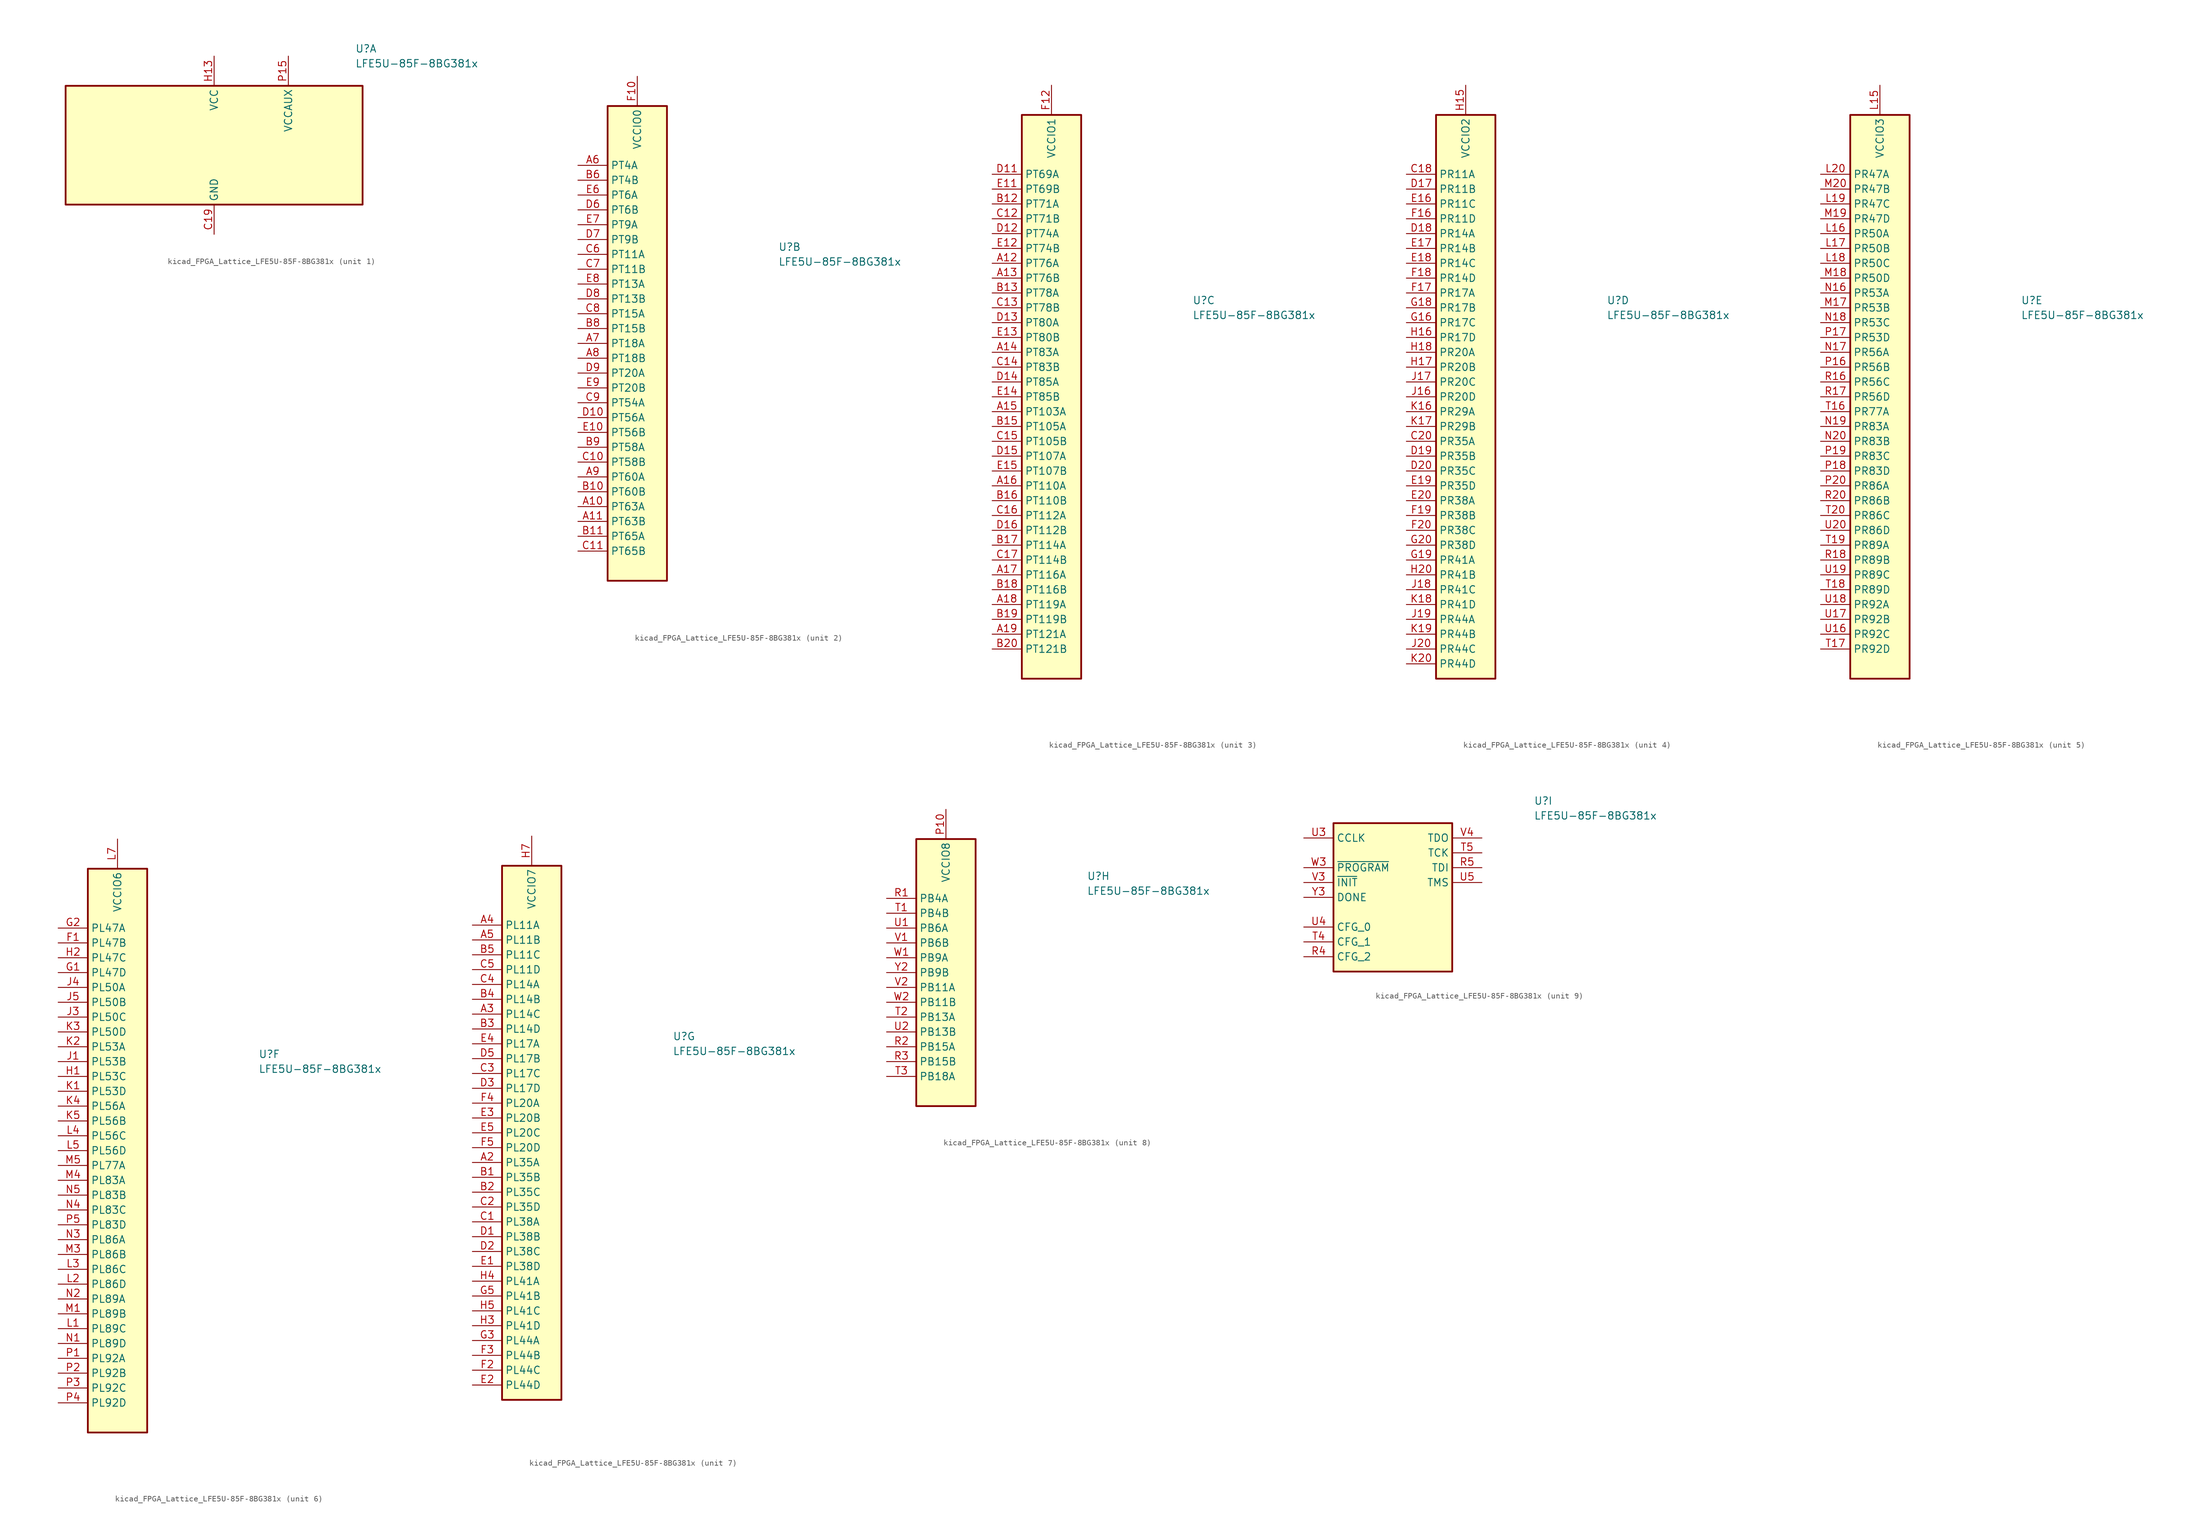
<source format=kicad_sym>
(kicad_symbol_lib
  (version 20220914)
  (generator kicad_symbol_editor)
  (symbol "kicad_FPGA_Lattice_LFE5U-85F-8BG381x"
    (property "Reference" "U"
      (at 24.13 16.51 0)
      (effects (font (size 1.27 1.27)) (justify left)))
    (property "Value" "LFE5U-85F-8BG381x"
      (at 24.13 13.97 0)
      (effects (font (size 1.27 1.27)) (justify left)))
    (property "ki_locked" ""
      (at 0 0 0)
      (effects (font (size 1.27 1.27))))
    (symbol "kicad_FPGA_Lattice_LFE5U-85F-8BG381x_1_1"
      (rectangle (start -25.4 10.16) (end 25.4 -10.16) (stroke (width 0.305) (type default)) (fill (type background)))
      (pin passive line (at 0 -15.24 90) (length 5.08) hide (name "GND" (effects (font (size 1.27 1.27)))) (number "B14" (effects (font (size 1.27 1.27)))))
      (pin passive line (at 0 -15.24 90) (length 5.08) hide (name "GND" (effects (font (size 1.27 1.27)))) (number "B7" (effects (font (size 1.27 1.27)))))
      (pin power_in line (at 0 -15.24 90) (length 5.08) (name "GND" (effects (font (size 1.27 1.27)))) (number "C19" (effects (font (size 1.27 1.27)))))
      (pin passive line (at 0 -15.24 90) (length 5.08) hide (name "GND" (effects (font (size 1.27 1.27)))) (number "D4" (effects (font (size 1.27 1.27)))))
      (pin passive line (at 0 -15.24 90) (length 5.08) hide (name "GND" (effects (font (size 1.27 1.27)))) (number "F13" (effects (font (size 1.27 1.27)))))
      (pin passive line (at 0 -15.24 90) (length 5.08) hide (name "GND" (effects (font (size 1.27 1.27)))) (number "F14" (effects (font (size 1.27 1.27)))))
      (pin passive line (at 12.7 15.24 270) (length 5.08) hide (name "VCCAUX" (effects (font (size 1.27 1.27)))) (number "F15" (effects (font (size 1.27 1.27)))))
      (pin passive line (at 12.7 15.24 270) (length 5.08) hide (name "VCCAUX" (effects (font (size 1.27 1.27)))) (number "F6" (effects (font (size 1.27 1.27)))))
      (pin passive line (at 0 -15.24 90) (length 5.08) hide (name "GND" (effects (font (size 1.27 1.27)))) (number "F7" (effects (font (size 1.27 1.27)))))
      (pin passive line (at 0 -15.24 90) (length 5.08) hide (name "GND" (effects (font (size 1.27 1.27)))) (number "F8" (effects (font (size 1.27 1.27)))))
      (pin passive line (at 0 -15.24 90) (length 5.08) hide (name "GND" (effects (font (size 1.27 1.27)))) (number "G10" (effects (font (size 1.27 1.27)))))
      (pin passive line (at 0 -15.24 90) (length 5.08) hide (name "GND" (effects (font (size 1.27 1.27)))) (number "G11" (effects (font (size 1.27 1.27)))))
      (pin passive line (at 0 -15.24 90) (length 5.08) hide (name "GND" (effects (font (size 1.27 1.27)))) (number "G12" (effects (font (size 1.27 1.27)))))
      (pin passive line (at 0 -15.24 90) (length 5.08) hide (name "GND" (effects (font (size 1.27 1.27)))) (number "G13" (effects (font (size 1.27 1.27)))))
      (pin passive line (at 0 -15.24 90) (length 5.08) hide (name "GND" (effects (font (size 1.27 1.27)))) (number "G14" (effects (font (size 1.27 1.27)))))
      (pin passive line (at 0 -15.24 90) (length 5.08) hide (name "GND" (effects (font (size 1.27 1.27)))) (number "G15" (effects (font (size 1.27 1.27)))))
      (pin passive line (at 0 -15.24 90) (length 5.08) hide (name "GND" (effects (font (size 1.27 1.27)))) (number "G17" (effects (font (size 1.27 1.27)))))
      (pin passive line (at 0 -15.24 90) (length 5.08) hide (name "GND" (effects (font (size 1.27 1.27)))) (number "G4" (effects (font (size 1.27 1.27)))))
      (pin passive line (at 0 -15.24 90) (length 5.08) hide (name "GND" (effects (font (size 1.27 1.27)))) (number "G6" (effects (font (size 1.27 1.27)))))
      (pin passive line (at 0 -15.24 90) (length 5.08) hide (name "GND" (effects (font (size 1.27 1.27)))) (number "G7" (effects (font (size 1.27 1.27)))))
      (pin passive line (at 0 -15.24 90) (length 5.08) hide (name "GND" (effects (font (size 1.27 1.27)))) (number "G8" (effects (font (size 1.27 1.27)))))
      (pin passive line (at 0 -15.24 90) (length 5.08) hide (name "GND" (effects (font (size 1.27 1.27)))) (number "G9" (effects (font (size 1.27 1.27)))))
      (pin passive line (at 0 15.24 270) (length 5.08) hide (name "VCC" (effects (font (size 1.27 1.27)))) (number "H10" (effects (font (size 1.27 1.27)))))
      (pin passive line (at 0 15.24 270) (length 5.08) hide (name "VCC" (effects (font (size 1.27 1.27)))) (number "H11" (effects (font (size 1.27 1.27)))))
      (pin passive line (at 0 15.24 270) (length 5.08) hide (name "VCC" (effects (font (size 1.27 1.27)))) (number "H12" (effects (font (size 1.27 1.27)))))
      (pin power_in line (at 0 15.24 270) (length 5.08) (name "VCC" (effects (font (size 1.27 1.27)))) (number "H13" (effects (font (size 1.27 1.27)))))
      (pin passive line (at 0 -15.24 90) (length 5.08) hide (name "GND" (effects (font (size 1.27 1.27)))) (number "H19" (effects (font (size 1.27 1.27)))))
      (pin passive line (at 0 15.24 270) (length 5.08) hide (name "VCC" (effects (font (size 1.27 1.27)))) (number "H8" (effects (font (size 1.27 1.27)))))
      (pin passive line (at 0 15.24 270) (length 5.08) hide (name "VCC" (effects (font (size 1.27 1.27)))) (number "H9" (effects (font (size 1.27 1.27)))))
      (pin passive line (at 0 -15.24 90) (length 5.08) hide (name "GND" (effects (font (size 1.27 1.27)))) (number "J10" (effects (font (size 1.27 1.27)))))
      (pin passive line (at 0 -15.24 90) (length 5.08) hide (name "GND" (effects (font (size 1.27 1.27)))) (number "J11" (effects (font (size 1.27 1.27)))))
      (pin passive line (at 0 -15.24 90) (length 5.08) hide (name "GND" (effects (font (size 1.27 1.27)))) (number "J12" (effects (font (size 1.27 1.27)))))
      (pin passive line (at 0 15.24 270) (length 5.08) hide (name "VCC" (effects (font (size 1.27 1.27)))) (number "J13" (effects (font (size 1.27 1.27)))))
      (pin passive line (at 0 -15.24 90) (length 5.08) hide (name "GND" (effects (font (size 1.27 1.27)))) (number "J14" (effects (font (size 1.27 1.27)))))
      (pin passive line (at 0 -15.24 90) (length 5.08) hide (name "GND" (effects (font (size 1.27 1.27)))) (number "J2" (effects (font (size 1.27 1.27)))))
      (pin passive line (at 0 -15.24 90) (length 5.08) hide (name "GND" (effects (font (size 1.27 1.27)))) (number "J7" (effects (font (size 1.27 1.27)))))
      (pin passive line (at 0 15.24 270) (length 5.08) hide (name "VCC" (effects (font (size 1.27 1.27)))) (number "J8" (effects (font (size 1.27 1.27)))))
      (pin passive line (at 0 -15.24 90) (length 5.08) hide (name "GND" (effects (font (size 1.27 1.27)))) (number "J9" (effects (font (size 1.27 1.27)))))
      (pin passive line (at 0 -15.24 90) (length 5.08) hide (name "GND" (effects (font (size 1.27 1.27)))) (number "K10" (effects (font (size 1.27 1.27)))))
      (pin passive line (at 0 -15.24 90) (length 5.08) hide (name "GND" (effects (font (size 1.27 1.27)))) (number "K11" (effects (font (size 1.27 1.27)))))
      (pin passive line (at 0 -15.24 90) (length 5.08) hide (name "GND" (effects (font (size 1.27 1.27)))) (number "K12" (effects (font (size 1.27 1.27)))))
      (pin passive line (at 0 15.24 270) (length 5.08) hide (name "VCC" (effects (font (size 1.27 1.27)))) (number "K13" (effects (font (size 1.27 1.27)))))
      (pin passive line (at 0 -15.24 90) (length 5.08) hide (name "GND" (effects (font (size 1.27 1.27)))) (number "K14" (effects (font (size 1.27 1.27)))))
      (pin passive line (at 0 -15.24 90) (length 5.08) hide (name "GND" (effects (font (size 1.27 1.27)))) (number "K15" (effects (font (size 1.27 1.27)))))
      (pin passive line (at 0 -15.24 90) (length 5.08) hide (name "GND" (effects (font (size 1.27 1.27)))) (number "K6" (effects (font (size 1.27 1.27)))))
      (pin passive line (at 0 -15.24 90) (length 5.08) hide (name "GND" (effects (font (size 1.27 1.27)))) (number "K7" (effects (font (size 1.27 1.27)))))
      (pin passive line (at 0 15.24 270) (length 5.08) hide (name "VCC" (effects (font (size 1.27 1.27)))) (number "K8" (effects (font (size 1.27 1.27)))))
      (pin passive line (at 0 -15.24 90) (length 5.08) hide (name "GND" (effects (font (size 1.27 1.27)))) (number "K9" (effects (font (size 1.27 1.27)))))
      (pin passive line (at 0 -15.24 90) (length 5.08) hide (name "GND" (effects (font (size 1.27 1.27)))) (number "L10" (effects (font (size 1.27 1.27)))))
      (pin passive line (at 0 -15.24 90) (length 5.08) hide (name "GND" (effects (font (size 1.27 1.27)))) (number "L11" (effects (font (size 1.27 1.27)))))
      (pin passive line (at 0 -15.24 90) (length 5.08) hide (name "GND" (effects (font (size 1.27 1.27)))) (number "L12" (effects (font (size 1.27 1.27)))))
      (pin passive line (at 0 15.24 270) (length 5.08) hide (name "VCC" (effects (font (size 1.27 1.27)))) (number "L13" (effects (font (size 1.27 1.27)))))
      (pin passive line (at 0 15.24 270) (length 5.08) hide (name "VCC" (effects (font (size 1.27 1.27)))) (number "L8" (effects (font (size 1.27 1.27)))))
      (pin passive line (at 0 -15.24 90) (length 5.08) hide (name "GND" (effects (font (size 1.27 1.27)))) (number "L9" (effects (font (size 1.27 1.27)))))
      (pin passive line (at 0 -15.24 90) (length 5.08) hide (name "GND" (effects (font (size 1.27 1.27)))) (number "M10" (effects (font (size 1.27 1.27)))))
      (pin passive line (at 0 -15.24 90) (length 5.08) hide (name "GND" (effects (font (size 1.27 1.27)))) (number "M11" (effects (font (size 1.27 1.27)))))
      (pin passive line (at 0 -15.24 90) (length 5.08) hide (name "GND" (effects (font (size 1.27 1.27)))) (number "M12" (effects (font (size 1.27 1.27)))))
      (pin passive line (at 0 15.24 270) (length 5.08) hide (name "VCC" (effects (font (size 1.27 1.27)))) (number "M13" (effects (font (size 1.27 1.27)))))
      (pin passive line (at 0 -15.24 90) (length 5.08) hide (name "GND" (effects (font (size 1.27 1.27)))) (number "M14" (effects (font (size 1.27 1.27)))))
      (pin passive line (at 0 -15.24 90) (length 5.08) hide (name "GND" (effects (font (size 1.27 1.27)))) (number "M16" (effects (font (size 1.27 1.27)))))
      (pin passive line (at 0 -15.24 90) (length 5.08) hide (name "GND" (effects (font (size 1.27 1.27)))) (number "M2" (effects (font (size 1.27 1.27)))))
      (pin passive line (at 0 -15.24 90) (length 5.08) hide (name "GND" (effects (font (size 1.27 1.27)))) (number "M7" (effects (font (size 1.27 1.27)))))
      (pin passive line (at 0 15.24 270) (length 5.08) hide (name "VCC" (effects (font (size 1.27 1.27)))) (number "M8" (effects (font (size 1.27 1.27)))))
      (pin passive line (at 0 -15.24 90) (length 5.08) hide (name "GND" (effects (font (size 1.27 1.27)))) (number "M9" (effects (font (size 1.27 1.27)))))
      (pin passive line (at 0 15.24 270) (length 5.08) hide (name "VCC" (effects (font (size 1.27 1.27)))) (number "N10" (effects (font (size 1.27 1.27)))))
      (pin passive line (at 0 15.24 270) (length 5.08) hide (name "VCC" (effects (font (size 1.27 1.27)))) (number "N11" (effects (font (size 1.27 1.27)))))
      (pin passive line (at 0 15.24 270) (length 5.08) hide (name "VCC" (effects (font (size 1.27 1.27)))) (number "N12" (effects (font (size 1.27 1.27)))))
      (pin passive line (at 0 15.24 270) (length 5.08) hide (name "VCC" (effects (font (size 1.27 1.27)))) (number "N13" (effects (font (size 1.27 1.27)))))
      (pin passive line (at 0 -15.24 90) (length 5.08) hide (name "GND" (effects (font (size 1.27 1.27)))) (number "N14" (effects (font (size 1.27 1.27)))))
      (pin passive line (at 0 -15.24 90) (length 5.08) hide (name "GND" (effects (font (size 1.27 1.27)))) (number "N15" (effects (font (size 1.27 1.27)))))
      (pin passive line (at 0 -15.24 90) (length 5.08) hide (name "GND" (effects (font (size 1.27 1.27)))) (number "N6" (effects (font (size 1.27 1.27)))))
      (pin passive line (at 0 -15.24 90) (length 5.08) hide (name "GND" (effects (font (size 1.27 1.27)))) (number "N7" (effects (font (size 1.27 1.27)))))
      (pin passive line (at 0 15.24 270) (length 5.08) hide (name "VCC" (effects (font (size 1.27 1.27)))) (number "N8" (effects (font (size 1.27 1.27)))))
      (pin passive line (at 0 15.24 270) (length 5.08) hide (name "VCC" (effects (font (size 1.27 1.27)))) (number "N9" (effects (font (size 1.27 1.27)))))
      (pin passive line (at 0 -15.24 90) (length 5.08) hide (name "GND" (effects (font (size 1.27 1.27)))) (number "P11" (effects (font (size 1.27 1.27)))))
      (pin passive line (at 0 -15.24 90) (length 5.08) hide (name "GND" (effects (font (size 1.27 1.27)))) (number "P12" (effects (font (size 1.27 1.27)))))
      (pin passive line (at 0 -15.24 90) (length 5.08) hide (name "GND" (effects (font (size 1.27 1.27)))) (number "P13" (effects (font (size 1.27 1.27)))))
      (pin passive line (at 0 -15.24 90) (length 5.08) hide (name "GND" (effects (font (size 1.27 1.27)))) (number "P14" (effects (font (size 1.27 1.27)))))
      (pin power_in line (at 12.7 15.24 270) (length 5.08) (name "VCCAUX" (effects (font (size 1.27 1.27)))) (number "P15" (effects (font (size 1.27 1.27)))))
      (pin passive line (at 12.7 15.24 270) (length 5.08) hide (name "VCCAUX" (effects (font (size 1.27 1.27)))) (number "P6" (effects (font (size 1.27 1.27)))))
      (pin passive line (at 0 -15.24 90) (length 5.08) hide (name "GND" (effects (font (size 1.27 1.27)))) (number "P7" (effects (font (size 1.27 1.27)))))
      (pin passive line (at 0 -15.24 90) (length 5.08) hide (name "GND" (effects (font (size 1.27 1.27)))) (number "P8" (effects (font (size 1.27 1.27)))))
      (pin passive line (at 0 -15.24 90) (length 5.08) hide (name "GND" (effects (font (size 1.27 1.27)))) (number "R19" (effects (font (size 1.27 1.27)))))
      (pin passive line (at 0 -15.24 90) (length 5.08) hide (name "GND" (effects (font (size 1.27 1.27)))) (number "T10" (effects (font (size 1.27 1.27)))))
      (pin passive line (at 0 -15.24 90) (length 5.08) hide (name "GND" (effects (font (size 1.27 1.27)))) (number "T11" (effects (font (size 1.27 1.27)))))
      (pin passive line (at 0 -15.24 90) (length 5.08) hide (name "GND" (effects (font (size 1.27 1.27)))) (number "T12" (effects (font (size 1.27 1.27)))))
      (pin passive line (at 0 -15.24 90) (length 5.08) hide (name "GND" (effects (font (size 1.27 1.27)))) (number "T13" (effects (font (size 1.27 1.27)))))
      (pin passive line (at 0 -15.24 90) (length 5.08) hide (name "GND" (effects (font (size 1.27 1.27)))) (number "T14" (effects (font (size 1.27 1.27)))))
      (pin passive line (at 0 -15.24 90) (length 5.08) hide (name "GND" (effects (font (size 1.27 1.27)))) (number "T15" (effects (font (size 1.27 1.27)))))
      (pin passive line (at 0 -15.24 90) (length 5.08) hide (name "GND" (effects (font (size 1.27 1.27)))) (number "T6" (effects (font (size 1.27 1.27)))))
      (pin passive line (at 0 -15.24 90) (length 5.08) hide (name "GND" (effects (font (size 1.27 1.27)))) (number "T7" (effects (font (size 1.27 1.27)))))
      (pin passive line (at 0 -15.24 90) (length 5.08) hide (name "GND" (effects (font (size 1.27 1.27)))) (number "T8" (effects (font (size 1.27 1.27)))))
      (pin passive line (at 0 -15.24 90) (length 5.08) hide (name "GND" (effects (font (size 1.27 1.27)))) (number "T9" (effects (font (size 1.27 1.27)))))
      (pin passive line (at 0 -15.24 90) (length 5.08) hide (name "GND" (effects (font (size 1.27 1.27)))) (number "U10" (effects (font (size 1.27 1.27)))))
      (pin passive line (at 0 -15.24 90) (length 5.08) hide (name "GND" (effects (font (size 1.27 1.27)))) (number "U11" (effects (font (size 1.27 1.27)))))
      (pin passive line (at 0 -15.24 90) (length 5.08) hide (name "GND" (effects (font (size 1.27 1.27)))) (number "U12" (effects (font (size 1.27 1.27)))))
      (pin passive line (at 0 -15.24 90) (length 5.08) hide (name "GND" (effects (font (size 1.27 1.27)))) (number "U13" (effects (font (size 1.27 1.27)))))
      (pin passive line (at 0 -15.24 90) (length 5.08) hide (name "GND" (effects (font (size 1.27 1.27)))) (number "U14" (effects (font (size 1.27 1.27)))))
      (pin passive line (at 0 -15.24 90) (length 5.08) hide (name "GND" (effects (font (size 1.27 1.27)))) (number "U15" (effects (font (size 1.27 1.27)))))
      (pin passive line (at 0 -15.24 90) (length 5.08) hide (name "GND" (effects (font (size 1.27 1.27)))) (number "U6" (effects (font (size 1.27 1.27)))))
      (pin passive line (at 0 -15.24 90) (length 5.08) hide (name "GND" (effects (font (size 1.27 1.27)))) (number "U7" (effects (font (size 1.27 1.27)))))
      (pin passive line (at 0 -15.24 90) (length 5.08) hide (name "GND" (effects (font (size 1.27 1.27)))) (number "U8" (effects (font (size 1.27 1.27)))))
      (pin passive line (at 0 -15.24 90) (length 5.08) hide (name "GND" (effects (font (size 1.27 1.27)))) (number "U9" (effects (font (size 1.27 1.27)))))
      (pin passive line (at 0 -15.24 90) (length 5.08) hide (name "GND" (effects (font (size 1.27 1.27)))) (number "V10" (effects (font (size 1.27 1.27)))))
      (pin passive line (at 0 -15.24 90) (length 5.08) hide (name "GND" (effects (font (size 1.27 1.27)))) (number "V11" (effects (font (size 1.27 1.27)))))
      (pin passive line (at 0 -15.24 90) (length 5.08) hide (name "GND" (effects (font (size 1.27 1.27)))) (number "V12" (effects (font (size 1.27 1.27)))))
      (pin passive line (at 0 -15.24 90) (length 5.08) hide (name "GND" (effects (font (size 1.27 1.27)))) (number "V13" (effects (font (size 1.27 1.27)))))
      (pin passive line (at 0 -15.24 90) (length 5.08) hide (name "GND" (effects (font (size 1.27 1.27)))) (number "V14" (effects (font (size 1.27 1.27)))))
      (pin passive line (at 0 -15.24 90) (length 5.08) hide (name "GND" (effects (font (size 1.27 1.27)))) (number "V15" (effects (font (size 1.27 1.27)))))
      (pin passive line (at 0 -15.24 90) (length 5.08) hide (name "GND" (effects (font (size 1.27 1.27)))) (number "V16" (effects (font (size 1.27 1.27)))))
      (pin passive line (at 0 -15.24 90) (length 5.08) hide (name "GND" (effects (font (size 1.27 1.27)))) (number "V17" (effects (font (size 1.27 1.27)))))
      (pin passive line (at 0 -15.24 90) (length 5.08) hide (name "GND" (effects (font (size 1.27 1.27)))) (number "V18" (effects (font (size 1.27 1.27)))))
      (pin passive line (at 0 -15.24 90) (length 5.08) hide (name "GND" (effects (font (size 1.27 1.27)))) (number "V19" (effects (font (size 1.27 1.27)))))
      (pin passive line (at 0 -15.24 90) (length 5.08) hide (name "GND" (effects (font (size 1.27 1.27)))) (number "V20" (effects (font (size 1.27 1.27)))))
      (pin passive line (at 0 -15.24 90) (length 5.08) hide (name "GND" (effects (font (size 1.27 1.27)))) (number "V5" (effects (font (size 1.27 1.27)))))
      (pin passive line (at 0 -15.24 90) (length 5.08) hide (name "GND" (effects (font (size 1.27 1.27)))) (number "V6" (effects (font (size 1.27 1.27)))))
      (pin passive line (at 0 -15.24 90) (length 5.08) hide (name "GND" (effects (font (size 1.27 1.27)))) (number "V7" (effects (font (size 1.27 1.27)))))
      (pin passive line (at 0 -15.24 90) (length 5.08) hide (name "GND" (effects (font (size 1.27 1.27)))) (number "V8" (effects (font (size 1.27 1.27)))))
      (pin passive line (at 0 -15.24 90) (length 5.08) hide (name "GND" (effects (font (size 1.27 1.27)))) (number "V9" (effects (font (size 1.27 1.27)))))
      (pin passive line (at 0 -15.24 90) (length 5.08) hide (name "GND" (effects (font (size 1.27 1.27)))) (number "W12" (effects (font (size 1.27 1.27)))))
      (pin no_connect line (at 25.4 -5.08 180) (length 5.08) hide (name "RESERVED" (effects (font (size 1.27 1.27)))) (number "W13" (effects (font (size 1.27 1.27)))))
      (pin no_connect line (at 25.4 -2.54 180) (length 5.08) hide (name "RESERVED" (effects (font (size 1.27 1.27)))) (number "W14" (effects (font (size 1.27 1.27)))))
      (pin passive line (at 0 -15.24 90) (length 5.08) hide (name "GND" (effects (font (size 1.27 1.27)))) (number "W15" (effects (font (size 1.27 1.27)))))
      (pin passive line (at 0 -15.24 90) (length 5.08) hide (name "GND" (effects (font (size 1.27 1.27)))) (number "W16" (effects (font (size 1.27 1.27)))))
      (pin no_connect line (at 25.4 0 180) (length 5.08) hide (name "RESERVED" (effects (font (size 1.27 1.27)))) (number "W17" (effects (font (size 1.27 1.27)))))
      (pin no_connect line (at 25.4 2.54 180) (length 5.08) hide (name "RESERVED" (effects (font (size 1.27 1.27)))) (number "W18" (effects (font (size 1.27 1.27)))))
      (pin passive line (at 0 -15.24 90) (length 5.08) hide (name "GND" (effects (font (size 1.27 1.27)))) (number "W19" (effects (font (size 1.27 1.27)))))
      (pin passive line (at 0 -15.24 90) (length 5.08) hide (name "GND" (effects (font (size 1.27 1.27)))) (number "W20" (effects (font (size 1.27 1.27)))))
      (pin no_connect line (at -25.4 2.54 0) (length 5.08) hide (name "RESERVED" (effects (font (size 1.27 1.27)))) (number "W4" (effects (font (size 1.27 1.27)))))
      (pin no_connect line (at -25.4 0 0) (length 5.08) hide (name "RESERVED" (effects (font (size 1.27 1.27)))) (number "W5" (effects (font (size 1.27 1.27)))))
      (pin passive line (at 0 -15.24 90) (length 5.08) hide (name "GND" (effects (font (size 1.27 1.27)))) (number "W6" (effects (font (size 1.27 1.27)))))
      (pin passive line (at 0 -15.24 90) (length 5.08) hide (name "GND" (effects (font (size 1.27 1.27)))) (number "W7" (effects (font (size 1.27 1.27)))))
      (pin no_connect line (at -25.4 -2.54 0) (length 5.08) hide (name "RESERVED" (effects (font (size 1.27 1.27)))) (number "W8" (effects (font (size 1.27 1.27)))))
      (pin no_connect line (at -25.4 -5.08 0) (length 5.08) hide (name "RESERVED" (effects (font (size 1.27 1.27)))) (number "W9" (effects (font (size 1.27 1.27)))))
      (pin passive line (at 0 -15.24 90) (length 5.08) hide (name "GND" (effects (font (size 1.27 1.27)))) (number "Y11" (effects (font (size 1.27 1.27)))))
      (pin passive line (at 0 -15.24 90) (length 5.08) hide (name "GND" (effects (font (size 1.27 1.27)))) (number "Y12" (effects (font (size 1.27 1.27)))))
      (pin passive line (at 0 -15.24 90) (length 5.08) hide (name "GND" (effects (font (size 1.27 1.27)))) (number "Y14" (effects (font (size 1.27 1.27)))))
      (pin passive line (at 0 -15.24 90) (length 5.08) hide (name "GND" (effects (font (size 1.27 1.27)))) (number "Y15" (effects (font (size 1.27 1.27)))))
      (pin passive line (at 0 -15.24 90) (length 5.08) hide (name "GND" (effects (font (size 1.27 1.27)))) (number "Y16" (effects (font (size 1.27 1.27)))))
      (pin passive line (at 0 -15.24 90) (length 5.08) hide (name "GND" (effects (font (size 1.27 1.27)))) (number "Y17" (effects (font (size 1.27 1.27)))))
      (pin passive line (at 0 -15.24 90) (length 5.08) hide (name "GND" (effects (font (size 1.27 1.27)))) (number "Y19" (effects (font (size 1.27 1.27)))))
      (pin passive line (at 0 -15.24 90) (length 5.08) hide (name "GND" (effects (font (size 1.27 1.27)))) (number "Y5" (effects (font (size 1.27 1.27)))))
      (pin passive line (at 0 -15.24 90) (length 5.08) hide (name "GND" (effects (font (size 1.27 1.27)))) (number "Y6" (effects (font (size 1.27 1.27)))))
      (pin passive line (at 0 -15.24 90) (length 5.08) hide (name "GND" (effects (font (size 1.27 1.27)))) (number "Y7" (effects (font (size 1.27 1.27)))))
      (pin passive line (at 0 -15.24 90) (length 5.08) hide (name "GND" (effects (font (size 1.27 1.27)))) (number "Y8" (effects (font (size 1.27 1.27))))))
    (symbol "kicad_FPGA_Lattice_LFE5U-85F-8BG381x_2_1"
      (rectangle (start -5.08 40.64) (end 5.08 -40.64) (stroke (width 0.305) (type default)) (fill (type background)))
      (pin bidirectional line (at -10.16 -27.94 0) (length 5.08) (name "PT63A" (effects (font (size 1.27 1.27)))) (number "A10" (effects (font (size 1.27 1.27)))))
      (pin bidirectional line (at -10.16 -30.48 0) (length 5.08) (name "PT63B" (effects (font (size 1.27 1.27)))) (number "A11" (effects (font (size 1.27 1.27)))))
      (pin bidirectional line (at -10.16 30.48 0) (length 5.08) (name "PT4A" (effects (font (size 1.27 1.27)))) (number "A6" (effects (font (size 1.27 1.27)))))
      (pin bidirectional line (at -10.16 0 0) (length 5.08) (name "PT18A" (effects (font (size 1.27 1.27)))) (number "A7" (effects (font (size 1.27 1.27)))))
      (pin bidirectional line (at -10.16 -2.54 0) (length 5.08) (name "PT18B" (effects (font (size 1.27 1.27)))) (number "A8" (effects (font (size 1.27 1.27)))))
      (pin bidirectional line (at -10.16 -22.86 0) (length 5.08) (name "PT60A" (effects (font (size 1.27 1.27)))) (number "A9" (effects (font (size 1.27 1.27)))))
      (pin bidirectional line (at -10.16 -25.4 0) (length 5.08) (name "PT60B" (effects (font (size 1.27 1.27)))) (number "B10" (effects (font (size 1.27 1.27)))))
      (pin bidirectional line (at -10.16 -33.02 0) (length 5.08) (name "PT65A" (effects (font (size 1.27 1.27)))) (number "B11" (effects (font (size 1.27 1.27)))))
      (pin bidirectional line (at -10.16 27.94 0) (length 5.08) (name "PT4B" (effects (font (size 1.27 1.27)))) (number "B6" (effects (font (size 1.27 1.27)))))
      (pin bidirectional line (at -10.16 2.54 0) (length 5.08) (name "PT15B" (effects (font (size 1.27 1.27)))) (number "B8" (effects (font (size 1.27 1.27)))))
      (pin bidirectional line (at -10.16 -17.78 0) (length 5.08) (name "PT58A" (effects (font (size 1.27 1.27)))) (number "B9" (effects (font (size 1.27 1.27)))))
      (pin bidirectional line (at -10.16 -20.32 0) (length 5.08) (name "PT58B" (effects (font (size 1.27 1.27)))) (number "C10" (effects (font (size 1.27 1.27)))))
      (pin bidirectional line (at -10.16 -35.56 0) (length 5.08) (name "PT65B" (effects (font (size 1.27 1.27)))) (number "C11" (effects (font (size 1.27 1.27)))))
      (pin bidirectional line (at -10.16 15.24 0) (length 5.08) (name "PT11A" (effects (font (size 1.27 1.27)))) (number "C6" (effects (font (size 1.27 1.27)))))
      (pin bidirectional line (at -10.16 12.7 0) (length 5.08) (name "PT11B" (effects (font (size 1.27 1.27)))) (number "C7" (effects (font (size 1.27 1.27)))))
      (pin bidirectional line (at -10.16 5.08 0) (length 5.08) (name "PT15A" (effects (font (size 1.27 1.27)))) (number "C8" (effects (font (size 1.27 1.27)))))
      (pin bidirectional line (at -10.16 -10.16 0) (length 5.08) (name "PT54A" (effects (font (size 1.27 1.27)))) (number "C9" (effects (font (size 1.27 1.27)))))
      (pin bidirectional line (at -10.16 -12.7 0) (length 5.08) (name "PT56A" (effects (font (size 1.27 1.27)))) (number "D10" (effects (font (size 1.27 1.27)))))
      (pin bidirectional line (at -10.16 22.86 0) (length 5.08) (name "PT6B" (effects (font (size 1.27 1.27)))) (number "D6" (effects (font (size 1.27 1.27)))))
      (pin bidirectional line (at -10.16 17.78 0) (length 5.08) (name "PT9B" (effects (font (size 1.27 1.27)))) (number "D7" (effects (font (size 1.27 1.27)))))
      (pin bidirectional line (at -10.16 7.62 0) (length 5.08) (name "PT13B" (effects (font (size 1.27 1.27)))) (number "D8" (effects (font (size 1.27 1.27)))))
      (pin bidirectional line (at -10.16 -5.08 0) (length 5.08) (name "PT20A" (effects (font (size 1.27 1.27)))) (number "D9" (effects (font (size 1.27 1.27)))))
      (pin bidirectional line (at -10.16 -15.24 0) (length 5.08) (name "PT56B" (effects (font (size 1.27 1.27)))) (number "E10" (effects (font (size 1.27 1.27)))))
      (pin bidirectional line (at -10.16 25.4 0) (length 5.08) (name "PT6A" (effects (font (size 1.27 1.27)))) (number "E6" (effects (font (size 1.27 1.27)))))
      (pin bidirectional line (at -10.16 20.32 0) (length 5.08) (name "PT9A" (effects (font (size 1.27 1.27)))) (number "E7" (effects (font (size 1.27 1.27)))))
      (pin bidirectional line (at -10.16 10.16 0) (length 5.08) (name "PT13A" (effects (font (size 1.27 1.27)))) (number "E8" (effects (font (size 1.27 1.27)))))
      (pin bidirectional line (at -10.16 -7.62 0) (length 5.08) (name "PT20B" (effects (font (size 1.27 1.27)))) (number "E9" (effects (font (size 1.27 1.27)))))
      (pin power_in line (at 0 45.72 270) (length 5.08) (name "VCCIO0" (effects (font (size 1.27 1.27)))) (number "F10" (effects (font (size 1.27 1.27)))))
      (pin passive line (at 0 45.72 270) (length 5.08) hide (name "VCCIO0" (effects (font (size 1.27 1.27)))) (number "F9" (effects (font (size 1.27 1.27))))))
    (symbol "kicad_FPGA_Lattice_LFE5U-85F-8BG381x_3_1"
      (rectangle (start -5.08 48.26) (end 5.08 -48.26) (stroke (width 0.305) (type default)) (fill (type background)))
      (pin bidirectional line (at -10.16 22.86 0) (length 5.08) (name "PT76A" (effects (font (size 1.27 1.27)))) (number "A12" (effects (font (size 1.27 1.27)))))
      (pin bidirectional line (at -10.16 20.32 0) (length 5.08) (name "PT76B" (effects (font (size 1.27 1.27)))) (number "A13" (effects (font (size 1.27 1.27)))))
      (pin bidirectional line (at -10.16 7.62 0) (length 5.08) (name "PT83A" (effects (font (size 1.27 1.27)))) (number "A14" (effects (font (size 1.27 1.27)))))
      (pin bidirectional line (at -10.16 -2.54 0) (length 5.08) (name "PT103A" (effects (font (size 1.27 1.27)))) (number "A15" (effects (font (size 1.27 1.27)))))
      (pin bidirectional line (at -10.16 -15.24 0) (length 5.08) (name "PT110A" (effects (font (size 1.27 1.27)))) (number "A16" (effects (font (size 1.27 1.27)))))
      (pin bidirectional line (at -10.16 -30.48 0) (length 5.08) (name "PT116A" (effects (font (size 1.27 1.27)))) (number "A17" (effects (font (size 1.27 1.27)))))
      (pin bidirectional line (at -10.16 -35.56 0) (length 5.08) (name "PT119A" (effects (font (size 1.27 1.27)))) (number "A18" (effects (font (size 1.27 1.27)))))
      (pin bidirectional line (at -10.16 -40.64 0) (length 5.08) (name "PT121A" (effects (font (size 1.27 1.27)))) (number "A19" (effects (font (size 1.27 1.27)))))
      (pin bidirectional line (at -10.16 33.02 0) (length 5.08) (name "PT71A" (effects (font (size 1.27 1.27)))) (number "B12" (effects (font (size 1.27 1.27)))))
      (pin bidirectional line (at -10.16 17.78 0) (length 5.08) (name "PT78A" (effects (font (size 1.27 1.27)))) (number "B13" (effects (font (size 1.27 1.27)))))
      (pin bidirectional line (at -10.16 -5.08 0) (length 5.08) (name "PT105A" (effects (font (size 1.27 1.27)))) (number "B15" (effects (font (size 1.27 1.27)))))
      (pin bidirectional line (at -10.16 -17.78 0) (length 5.08) (name "PT110B" (effects (font (size 1.27 1.27)))) (number "B16" (effects (font (size 1.27 1.27)))))
      (pin bidirectional line (at -10.16 -25.4 0) (length 5.08) (name "PT114A" (effects (font (size 1.27 1.27)))) (number "B17" (effects (font (size 1.27 1.27)))))
      (pin bidirectional line (at -10.16 -33.02 0) (length 5.08) (name "PT116B" (effects (font (size 1.27 1.27)))) (number "B18" (effects (font (size 1.27 1.27)))))
      (pin bidirectional line (at -10.16 -38.1 0) (length 5.08) (name "PT119B" (effects (font (size 1.27 1.27)))) (number "B19" (effects (font (size 1.27 1.27)))))
      (pin bidirectional line (at -10.16 -43.18 0) (length 5.08) (name "PT121B" (effects (font (size 1.27 1.27)))) (number "B20" (effects (font (size 1.27 1.27)))))
      (pin bidirectional line (at -10.16 30.48 0) (length 5.08) (name "PT71B" (effects (font (size 1.27 1.27)))) (number "C12" (effects (font (size 1.27 1.27)))))
      (pin bidirectional line (at -10.16 15.24 0) (length 5.08) (name "PT78B" (effects (font (size 1.27 1.27)))) (number "C13" (effects (font (size 1.27 1.27)))))
      (pin bidirectional line (at -10.16 5.08 0) (length 5.08) (name "PT83B" (effects (font (size 1.27 1.27)))) (number "C14" (effects (font (size 1.27 1.27)))))
      (pin bidirectional line (at -10.16 -7.62 0) (length 5.08) (name "PT105B" (effects (font (size 1.27 1.27)))) (number "C15" (effects (font (size 1.27 1.27)))))
      (pin bidirectional line (at -10.16 -20.32 0) (length 5.08) (name "PT112A" (effects (font (size 1.27 1.27)))) (number "C16" (effects (font (size 1.27 1.27)))))
      (pin bidirectional line (at -10.16 -27.94 0) (length 5.08) (name "PT114B" (effects (font (size 1.27 1.27)))) (number "C17" (effects (font (size 1.27 1.27)))))
      (pin bidirectional line (at -10.16 38.1 0) (length 5.08) (name "PT69A" (effects (font (size 1.27 1.27)))) (number "D11" (effects (font (size 1.27 1.27)))))
      (pin bidirectional line (at -10.16 27.94 0) (length 5.08) (name "PT74A" (effects (font (size 1.27 1.27)))) (number "D12" (effects (font (size 1.27 1.27)))))
      (pin bidirectional line (at -10.16 12.7 0) (length 5.08) (name "PT80A" (effects (font (size 1.27 1.27)))) (number "D13" (effects (font (size 1.27 1.27)))))
      (pin bidirectional line (at -10.16 2.54 0) (length 5.08) (name "PT85A" (effects (font (size 1.27 1.27)))) (number "D14" (effects (font (size 1.27 1.27)))))
      (pin bidirectional line (at -10.16 -10.16 0) (length 5.08) (name "PT107A" (effects (font (size 1.27 1.27)))) (number "D15" (effects (font (size 1.27 1.27)))))
      (pin bidirectional line (at -10.16 -22.86 0) (length 5.08) (name "PT112B" (effects (font (size 1.27 1.27)))) (number "D16" (effects (font (size 1.27 1.27)))))
      (pin bidirectional line (at -10.16 35.56 0) (length 5.08) (name "PT69B" (effects (font (size 1.27 1.27)))) (number "E11" (effects (font (size 1.27 1.27)))))
      (pin bidirectional line (at -10.16 25.4 0) (length 5.08) (name "PT74B" (effects (font (size 1.27 1.27)))) (number "E12" (effects (font (size 1.27 1.27)))))
      (pin bidirectional line (at -10.16 10.16 0) (length 5.08) (name "PT80B" (effects (font (size 1.27 1.27)))) (number "E13" (effects (font (size 1.27 1.27)))))
      (pin bidirectional line (at -10.16 0 0) (length 5.08) (name "PT85B" (effects (font (size 1.27 1.27)))) (number "E14" (effects (font (size 1.27 1.27)))))
      (pin bidirectional line (at -10.16 -12.7 0) (length 5.08) (name "PT107B" (effects (font (size 1.27 1.27)))) (number "E15" (effects (font (size 1.27 1.27)))))
      (pin passive line (at 0 53.34 270) (length 5.08) hide (name "VCCIO1" (effects (font (size 1.27 1.27)))) (number "F11" (effects (font (size 1.27 1.27)))))
      (pin power_in line (at 0 53.34 270) (length 5.08) (name "VCCIO1" (effects (font (size 1.27 1.27)))) (number "F12" (effects (font (size 1.27 1.27))))))
    (symbol "kicad_FPGA_Lattice_LFE5U-85F-8BG381x_4_1"
      (rectangle (start -5.08 48.26) (end 5.08 -48.26) (stroke (width 0.305) (type default)) (fill (type background)))
      (pin bidirectional line (at -10.16 38.1 0) (length 5.08) (name "PR11A" (effects (font (size 1.27 1.27)))) (number "C18" (effects (font (size 1.27 1.27)))))
      (pin bidirectional line (at -10.16 -7.62 0) (length 5.08) (name "PR35A" (effects (font (size 1.27 1.27)))) (number "C20" (effects (font (size 1.27 1.27)))))
      (pin bidirectional line (at -10.16 35.56 0) (length 5.08) (name "PR11B" (effects (font (size 1.27 1.27)))) (number "D17" (effects (font (size 1.27 1.27)))))
      (pin bidirectional line (at -10.16 27.94 0) (length 5.08) (name "PR14A" (effects (font (size 1.27 1.27)))) (number "D18" (effects (font (size 1.27 1.27)))))
      (pin bidirectional line (at -10.16 -10.16 0) (length 5.08) (name "PR35B" (effects (font (size 1.27 1.27)))) (number "D19" (effects (font (size 1.27 1.27)))))
      (pin bidirectional line (at -10.16 -12.7 0) (length 5.08) (name "PR35C" (effects (font (size 1.27 1.27)))) (number "D20" (effects (font (size 1.27 1.27)))))
      (pin bidirectional line (at -10.16 33.02 0) (length 5.08) (name "PR11C" (effects (font (size 1.27 1.27)))) (number "E16" (effects (font (size 1.27 1.27)))))
      (pin bidirectional line (at -10.16 25.4 0) (length 5.08) (name "PR14B" (effects (font (size 1.27 1.27)))) (number "E17" (effects (font (size 1.27 1.27)))))
      (pin bidirectional line (at -10.16 22.86 0) (length 5.08) (name "PR14C" (effects (font (size 1.27 1.27)))) (number "E18" (effects (font (size 1.27 1.27)))))
      (pin bidirectional line (at -10.16 -15.24 0) (length 5.08) (name "PR35D" (effects (font (size 1.27 1.27)))) (number "E19" (effects (font (size 1.27 1.27)))))
      (pin bidirectional line (at -10.16 -17.78 0) (length 5.08) (name "PR38A" (effects (font (size 1.27 1.27)))) (number "E20" (effects (font (size 1.27 1.27)))))
      (pin bidirectional line (at -10.16 30.48 0) (length 5.08) (name "PR11D" (effects (font (size 1.27 1.27)))) (number "F16" (effects (font (size 1.27 1.27)))))
      (pin bidirectional line (at -10.16 17.78 0) (length 5.08) (name "PR17A" (effects (font (size 1.27 1.27)))) (number "F17" (effects (font (size 1.27 1.27)))))
      (pin bidirectional line (at -10.16 20.32 0) (length 5.08) (name "PR14D" (effects (font (size 1.27 1.27)))) (number "F18" (effects (font (size 1.27 1.27)))))
      (pin bidirectional line (at -10.16 -20.32 0) (length 5.08) (name "PR38B" (effects (font (size 1.27 1.27)))) (number "F19" (effects (font (size 1.27 1.27)))))
      (pin bidirectional line (at -10.16 -22.86 0) (length 5.08) (name "PR38C" (effects (font (size 1.27 1.27)))) (number "F20" (effects (font (size 1.27 1.27)))))
      (pin bidirectional line (at -10.16 12.7 0) (length 5.08) (name "PR17C" (effects (font (size 1.27 1.27)))) (number "G16" (effects (font (size 1.27 1.27)))))
      (pin bidirectional line (at -10.16 15.24 0) (length 5.08) (name "PR17B" (effects (font (size 1.27 1.27)))) (number "G18" (effects (font (size 1.27 1.27)))))
      (pin bidirectional line (at -10.16 -27.94 0) (length 5.08) (name "PR41A" (effects (font (size 1.27 1.27)))) (number "G19" (effects (font (size 1.27 1.27)))))
      (pin bidirectional line (at -10.16 -25.4 0) (length 5.08) (name "PR38D" (effects (font (size 1.27 1.27)))) (number "G20" (effects (font (size 1.27 1.27)))))
      (pin passive line (at 0 53.34 270) (length 5.08) hide (name "VCCIO2" (effects (font (size 1.27 1.27)))) (number "H14" (effects (font (size 1.27 1.27)))))
      (pin power_in line (at 0 53.34 270) (length 5.08) (name "VCCIO2" (effects (font (size 1.27 1.27)))) (number "H15" (effects (font (size 1.27 1.27)))))
      (pin bidirectional line (at -10.16 10.16 0) (length 5.08) (name "PR17D" (effects (font (size 1.27 1.27)))) (number "H16" (effects (font (size 1.27 1.27)))))
      (pin bidirectional line (at -10.16 5.08 0) (length 5.08) (name "PR20B" (effects (font (size 1.27 1.27)))) (number "H17" (effects (font (size 1.27 1.27)))))
      (pin bidirectional line (at -10.16 7.62 0) (length 5.08) (name "PR20A" (effects (font (size 1.27 1.27)))) (number "H18" (effects (font (size 1.27 1.27)))))
      (pin bidirectional line (at -10.16 -30.48 0) (length 5.08) (name "PR41B" (effects (font (size 1.27 1.27)))) (number "H20" (effects (font (size 1.27 1.27)))))
      (pin passive line (at 0 53.34 270) (length 5.08) hide (name "VCCIO2" (effects (font (size 1.27 1.27)))) (number "J15" (effects (font (size 1.27 1.27)))))
      (pin bidirectional line (at -10.16 0 0) (length 5.08) (name "PR20D" (effects (font (size 1.27 1.27)))) (number "J16" (effects (font (size 1.27 1.27)))))
      (pin bidirectional line (at -10.16 2.54 0) (length 5.08) (name "PR20C" (effects (font (size 1.27 1.27)))) (number "J17" (effects (font (size 1.27 1.27)))))
      (pin bidirectional line (at -10.16 -33.02 0) (length 5.08) (name "PR41C" (effects (font (size 1.27 1.27)))) (number "J18" (effects (font (size 1.27 1.27)))))
      (pin bidirectional line (at -10.16 -38.1 0) (length 5.08) (name "PR44A" (effects (font (size 1.27 1.27)))) (number "J19" (effects (font (size 1.27 1.27)))))
      (pin bidirectional line (at -10.16 -43.18 0) (length 5.08) (name "PR44C" (effects (font (size 1.27 1.27)))) (number "J20" (effects (font (size 1.27 1.27)))))
      (pin bidirectional line (at -10.16 -2.54 0) (length 5.08) (name "PR29A" (effects (font (size 1.27 1.27)))) (number "K16" (effects (font (size 1.27 1.27)))))
      (pin bidirectional line (at -10.16 -5.08 0) (length 5.08) (name "PR29B" (effects (font (size 1.27 1.27)))) (number "K17" (effects (font (size 1.27 1.27)))))
      (pin bidirectional line (at -10.16 -35.56 0) (length 5.08) (name "PR41D" (effects (font (size 1.27 1.27)))) (number "K18" (effects (font (size 1.27 1.27)))))
      (pin bidirectional line (at -10.16 -40.64 0) (length 5.08) (name "PR44B" (effects (font (size 1.27 1.27)))) (number "K19" (effects (font (size 1.27 1.27)))))
      (pin bidirectional line (at -10.16 -45.72 0) (length 5.08) (name "PR44D" (effects (font (size 1.27 1.27)))) (number "K20" (effects (font (size 1.27 1.27))))))
    (symbol "kicad_FPGA_Lattice_LFE5U-85F-8BG381x_5_1"
      (rectangle (start -5.08 48.26) (end 5.08 -48.26) (stroke (width 0.305) (type default)) (fill (type background)))
      (pin passive line (at 0 53.34 270) (length 5.08) hide (name "VCCIO3" (effects (font (size 1.27 1.27)))) (number "L14" (effects (font (size 1.27 1.27)))))
      (pin power_in line (at 0 53.34 270) (length 5.08) (name "VCCIO3" (effects (font (size 1.27 1.27)))) (number "L15" (effects (font (size 1.27 1.27)))))
      (pin bidirectional line (at -10.16 27.94 0) (length 5.08) (name "PR50A" (effects (font (size 1.27 1.27)))) (number "L16" (effects (font (size 1.27 1.27)))))
      (pin bidirectional line (at -10.16 25.4 0) (length 5.08) (name "PR50B" (effects (font (size 1.27 1.27)))) (number "L17" (effects (font (size 1.27 1.27)))))
      (pin bidirectional line (at -10.16 22.86 0) (length 5.08) (name "PR50C" (effects (font (size 1.27 1.27)))) (number "L18" (effects (font (size 1.27 1.27)))))
      (pin bidirectional line (at -10.16 33.02 0) (length 5.08) (name "PR47C" (effects (font (size 1.27 1.27)))) (number "L19" (effects (font (size 1.27 1.27)))))
      (pin bidirectional line (at -10.16 38.1 0) (length 5.08) (name "PR47A" (effects (font (size 1.27 1.27)))) (number "L20" (effects (font (size 1.27 1.27)))))
      (pin passive line (at 0 53.34 270) (length 5.08) hide (name "VCCIO3" (effects (font (size 1.27 1.27)))) (number "M15" (effects (font (size 1.27 1.27)))))
      (pin bidirectional line (at -10.16 15.24 0) (length 5.08) (name "PR53B" (effects (font (size 1.27 1.27)))) (number "M17" (effects (font (size 1.27 1.27)))))
      (pin bidirectional line (at -10.16 20.32 0) (length 5.08) (name "PR50D" (effects (font (size 1.27 1.27)))) (number "M18" (effects (font (size 1.27 1.27)))))
      (pin bidirectional line (at -10.16 30.48 0) (length 5.08) (name "PR47D" (effects (font (size 1.27 1.27)))) (number "M19" (effects (font (size 1.27 1.27)))))
      (pin bidirectional line (at -10.16 35.56 0) (length 5.08) (name "PR47B" (effects (font (size 1.27 1.27)))) (number "M20" (effects (font (size 1.27 1.27)))))
      (pin bidirectional line (at -10.16 17.78 0) (length 5.08) (name "PR53A" (effects (font (size 1.27 1.27)))) (number "N16" (effects (font (size 1.27 1.27)))))
      (pin bidirectional line (at -10.16 7.62 0) (length 5.08) (name "PR56A" (effects (font (size 1.27 1.27)))) (number "N17" (effects (font (size 1.27 1.27)))))
      (pin bidirectional line (at -10.16 12.7 0) (length 5.08) (name "PR53C" (effects (font (size 1.27 1.27)))) (number "N18" (effects (font (size 1.27 1.27)))))
      (pin bidirectional line (at -10.16 -5.08 0) (length 5.08) (name "PR83A" (effects (font (size 1.27 1.27)))) (number "N19" (effects (font (size 1.27 1.27)))))
      (pin bidirectional line (at -10.16 -7.62 0) (length 5.08) (name "PR83B" (effects (font (size 1.27 1.27)))) (number "N20" (effects (font (size 1.27 1.27)))))
      (pin bidirectional line (at -10.16 5.08 0) (length 5.08) (name "PR56B" (effects (font (size 1.27 1.27)))) (number "P16" (effects (font (size 1.27 1.27)))))
      (pin bidirectional line (at -10.16 10.16 0) (length 5.08) (name "PR53D" (effects (font (size 1.27 1.27)))) (number "P17" (effects (font (size 1.27 1.27)))))
      (pin bidirectional line (at -10.16 -12.7 0) (length 5.08) (name "PR83D" (effects (font (size 1.27 1.27)))) (number "P18" (effects (font (size 1.27 1.27)))))
      (pin bidirectional line (at -10.16 -10.16 0) (length 5.08) (name "PR83C" (effects (font (size 1.27 1.27)))) (number "P19" (effects (font (size 1.27 1.27)))))
      (pin bidirectional line (at -10.16 -15.24 0) (length 5.08) (name "PR86A" (effects (font (size 1.27 1.27)))) (number "P20" (effects (font (size 1.27 1.27)))))
      (pin bidirectional line (at -10.16 2.54 0) (length 5.08) (name "PR56C" (effects (font (size 1.27 1.27)))) (number "R16" (effects (font (size 1.27 1.27)))))
      (pin bidirectional line (at -10.16 0 0) (length 5.08) (name "PR56D" (effects (font (size 1.27 1.27)))) (number "R17" (effects (font (size 1.27 1.27)))))
      (pin bidirectional line (at -10.16 -27.94 0) (length 5.08) (name "PR89B" (effects (font (size 1.27 1.27)))) (number "R18" (effects (font (size 1.27 1.27)))))
      (pin bidirectional line (at -10.16 -17.78 0) (length 5.08) (name "PR86B" (effects (font (size 1.27 1.27)))) (number "R20" (effects (font (size 1.27 1.27)))))
      (pin bidirectional line (at -10.16 -2.54 0) (length 5.08) (name "PR77A" (effects (font (size 1.27 1.27)))) (number "T16" (effects (font (size 1.27 1.27)))))
      (pin bidirectional line (at -10.16 -43.18 0) (length 5.08) (name "PR92D" (effects (font (size 1.27 1.27)))) (number "T17" (effects (font (size 1.27 1.27)))))
      (pin bidirectional line (at -10.16 -33.02 0) (length 5.08) (name "PR89D" (effects (font (size 1.27 1.27)))) (number "T18" (effects (font (size 1.27 1.27)))))
      (pin bidirectional line (at -10.16 -25.4 0) (length 5.08) (name "PR89A" (effects (font (size 1.27 1.27)))) (number "T19" (effects (font (size 1.27 1.27)))))
      (pin bidirectional line (at -10.16 -20.32 0) (length 5.08) (name "PR86C" (effects (font (size 1.27 1.27)))) (number "T20" (effects (font (size 1.27 1.27)))))
      (pin bidirectional line (at -10.16 -40.64 0) (length 5.08) (name "PR92C" (effects (font (size 1.27 1.27)))) (number "U16" (effects (font (size 1.27 1.27)))))
      (pin bidirectional line (at -10.16 -38.1 0) (length 5.08) (name "PR92B" (effects (font (size 1.27 1.27)))) (number "U17" (effects (font (size 1.27 1.27)))))
      (pin bidirectional line (at -10.16 -35.56 0) (length 5.08) (name "PR92A" (effects (font (size 1.27 1.27)))) (number "U18" (effects (font (size 1.27 1.27)))))
      (pin bidirectional line (at -10.16 -30.48 0) (length 5.08) (name "PR89C" (effects (font (size 1.27 1.27)))) (number "U19" (effects (font (size 1.27 1.27)))))
      (pin bidirectional line (at -10.16 -22.86 0) (length 5.08) (name "PR86D" (effects (font (size 1.27 1.27)))) (number "U20" (effects (font (size 1.27 1.27))))))
    (symbol "kicad_FPGA_Lattice_LFE5U-85F-8BG381x_6_1"
      (rectangle (start -5.08 48.26) (end 5.08 -48.26) (stroke (width 0.305) (type default)) (fill (type background)))
      (pin bidirectional line (at -10.16 35.56 0) (length 5.08) (name "PL47B" (effects (font (size 1.27 1.27)))) (number "F1" (effects (font (size 1.27 1.27)))))
      (pin bidirectional line (at -10.16 30.48 0) (length 5.08) (name "PL47D" (effects (font (size 1.27 1.27)))) (number "G1" (effects (font (size 1.27 1.27)))))
      (pin bidirectional line (at -10.16 38.1 0) (length 5.08) (name "PL47A" (effects (font (size 1.27 1.27)))) (number "G2" (effects (font (size 1.27 1.27)))))
      (pin bidirectional line (at -10.16 12.7 0) (length 5.08) (name "PL53C" (effects (font (size 1.27 1.27)))) (number "H1" (effects (font (size 1.27 1.27)))))
      (pin bidirectional line (at -10.16 33.02 0) (length 5.08) (name "PL47C" (effects (font (size 1.27 1.27)))) (number "H2" (effects (font (size 1.27 1.27)))))
      (pin bidirectional line (at -10.16 15.24 0) (length 5.08) (name "PL53B" (effects (font (size 1.27 1.27)))) (number "J1" (effects (font (size 1.27 1.27)))))
      (pin bidirectional line (at -10.16 22.86 0) (length 5.08) (name "PL50C" (effects (font (size 1.27 1.27)))) (number "J3" (effects (font (size 1.27 1.27)))))
      (pin bidirectional line (at -10.16 27.94 0) (length 5.08) (name "PL50A" (effects (font (size 1.27 1.27)))) (number "J4" (effects (font (size 1.27 1.27)))))
      (pin bidirectional line (at -10.16 25.4 0) (length 5.08) (name "PL50B" (effects (font (size 1.27 1.27)))) (number "J5" (effects (font (size 1.27 1.27)))))
      (pin bidirectional line (at -10.16 10.16 0) (length 5.08) (name "PL53D" (effects (font (size 1.27 1.27)))) (number "K1" (effects (font (size 1.27 1.27)))))
      (pin bidirectional line (at -10.16 17.78 0) (length 5.08) (name "PL53A" (effects (font (size 1.27 1.27)))) (number "K2" (effects (font (size 1.27 1.27)))))
      (pin bidirectional line (at -10.16 20.32 0) (length 5.08) (name "PL50D" (effects (font (size 1.27 1.27)))) (number "K3" (effects (font (size 1.27 1.27)))))
      (pin bidirectional line (at -10.16 7.62 0) (length 5.08) (name "PL56A" (effects (font (size 1.27 1.27)))) (number "K4" (effects (font (size 1.27 1.27)))))
      (pin bidirectional line (at -10.16 5.08 0) (length 5.08) (name "PL56B" (effects (font (size 1.27 1.27)))) (number "K5" (effects (font (size 1.27 1.27)))))
      (pin bidirectional line (at -10.16 -30.48 0) (length 5.08) (name "PL89C" (effects (font (size 1.27 1.27)))) (number "L1" (effects (font (size 1.27 1.27)))))
      (pin bidirectional line (at -10.16 -22.86 0) (length 5.08) (name "PL86D" (effects (font (size 1.27 1.27)))) (number "L2" (effects (font (size 1.27 1.27)))))
      (pin bidirectional line (at -10.16 -20.32 0) (length 5.08) (name "PL86C" (effects (font (size 1.27 1.27)))) (number "L3" (effects (font (size 1.27 1.27)))))
      (pin bidirectional line (at -10.16 2.54 0) (length 5.08) (name "PL56C" (effects (font (size 1.27 1.27)))) (number "L4" (effects (font (size 1.27 1.27)))))
      (pin bidirectional line (at -10.16 0 0) (length 5.08) (name "PL56D" (effects (font (size 1.27 1.27)))) (number "L5" (effects (font (size 1.27 1.27)))))
      (pin passive line (at 0 53.34 270) (length 5.08) hide (name "VCCIO6" (effects (font (size 1.27 1.27)))) (number "L6" (effects (font (size 1.27 1.27)))))
      (pin power_in line (at 0 53.34 270) (length 5.08) (name "VCCIO6" (effects (font (size 1.27 1.27)))) (number "L7" (effects (font (size 1.27 1.27)))))
      (pin bidirectional line (at -10.16 -27.94 0) (length 5.08) (name "PL89B" (effects (font (size 1.27 1.27)))) (number "M1" (effects (font (size 1.27 1.27)))))
      (pin bidirectional line (at -10.16 -17.78 0) (length 5.08) (name "PL86B" (effects (font (size 1.27 1.27)))) (number "M3" (effects (font (size 1.27 1.27)))))
      (pin bidirectional line (at -10.16 -5.08 0) (length 5.08) (name "PL83A" (effects (font (size 1.27 1.27)))) (number "M4" (effects (font (size 1.27 1.27)))))
      (pin bidirectional line (at -10.16 -2.54 0) (length 5.08) (name "PL77A" (effects (font (size 1.27 1.27)))) (number "M5" (effects (font (size 1.27 1.27)))))
      (pin passive line (at 0 53.34 270) (length 5.08) hide (name "VCCIO6" (effects (font (size 1.27 1.27)))) (number "M6" (effects (font (size 1.27 1.27)))))
      (pin bidirectional line (at -10.16 -33.02 0) (length 5.08) (name "PL89D" (effects (font (size 1.27 1.27)))) (number "N1" (effects (font (size 1.27 1.27)))))
      (pin bidirectional line (at -10.16 -25.4 0) (length 5.08) (name "PL89A" (effects (font (size 1.27 1.27)))) (number "N2" (effects (font (size 1.27 1.27)))))
      (pin bidirectional line (at -10.16 -15.24 0) (length 5.08) (name "PL86A" (effects (font (size 1.27 1.27)))) (number "N3" (effects (font (size 1.27 1.27)))))
      (pin bidirectional line (at -10.16 -10.16 0) (length 5.08) (name "PL83C" (effects (font (size 1.27 1.27)))) (number "N4" (effects (font (size 1.27 1.27)))))
      (pin bidirectional line (at -10.16 -7.62 0) (length 5.08) (name "PL83B" (effects (font (size 1.27 1.27)))) (number "N5" (effects (font (size 1.27 1.27)))))
      (pin bidirectional line (at -10.16 -35.56 0) (length 5.08) (name "PL92A" (effects (font (size 1.27 1.27)))) (number "P1" (effects (font (size 1.27 1.27)))))
      (pin bidirectional line (at -10.16 -38.1 0) (length 5.08) (name "PL92B" (effects (font (size 1.27 1.27)))) (number "P2" (effects (font (size 1.27 1.27)))))
      (pin bidirectional line (at -10.16 -40.64 0) (length 5.08) (name "PL92C" (effects (font (size 1.27 1.27)))) (number "P3" (effects (font (size 1.27 1.27)))))
      (pin bidirectional line (at -10.16 -43.18 0) (length 5.08) (name "PL92D" (effects (font (size 1.27 1.27)))) (number "P4" (effects (font (size 1.27 1.27)))))
      (pin bidirectional line (at -10.16 -12.7 0) (length 5.08) (name "PL83D" (effects (font (size 1.27 1.27)))) (number "P5" (effects (font (size 1.27 1.27))))))
    (symbol "kicad_FPGA_Lattice_LFE5U-85F-8BG381x_7_1"
      (rectangle (start -5.08 45.72) (end 5.08 -45.72) (stroke (width 0.305) (type default)) (fill (type background)))
      (pin bidirectional line (at -10.16 -5.08 0) (length 5.08) (name "PL35A" (effects (font (size 1.27 1.27)))) (number "A2" (effects (font (size 1.27 1.27)))))
      (pin bidirectional line (at -10.16 20.32 0) (length 5.08) (name "PL14C" (effects (font (size 1.27 1.27)))) (number "A3" (effects (font (size 1.27 1.27)))))
      (pin bidirectional line (at -10.16 35.56 0) (length 5.08) (name "PL11A" (effects (font (size 1.27 1.27)))) (number "A4" (effects (font (size 1.27 1.27)))))
      (pin bidirectional line (at -10.16 33.02 0) (length 5.08) (name "PL11B" (effects (font (size 1.27 1.27)))) (number "A5" (effects (font (size 1.27 1.27)))))
      (pin bidirectional line (at -10.16 -7.62 0) (length 5.08) (name "PL35B" (effects (font (size 1.27 1.27)))) (number "B1" (effects (font (size 1.27 1.27)))))
      (pin bidirectional line (at -10.16 -10.16 0) (length 5.08) (name "PL35C" (effects (font (size 1.27 1.27)))) (number "B2" (effects (font (size 1.27 1.27)))))
      (pin bidirectional line (at -10.16 17.78 0) (length 5.08) (name "PL14D" (effects (font (size 1.27 1.27)))) (number "B3" (effects (font (size 1.27 1.27)))))
      (pin bidirectional line (at -10.16 22.86 0) (length 5.08) (name "PL14B" (effects (font (size 1.27 1.27)))) (number "B4" (effects (font (size 1.27 1.27)))))
      (pin bidirectional line (at -10.16 30.48 0) (length 5.08) (name "PL11C" (effects (font (size 1.27 1.27)))) (number "B5" (effects (font (size 1.27 1.27)))))
      (pin bidirectional line (at -10.16 -15.24 0) (length 5.08) (name "PL38A" (effects (font (size 1.27 1.27)))) (number "C1" (effects (font (size 1.27 1.27)))))
      (pin bidirectional line (at -10.16 -12.7 0) (length 5.08) (name "PL35D" (effects (font (size 1.27 1.27)))) (number "C2" (effects (font (size 1.27 1.27)))))
      (pin bidirectional line (at -10.16 10.16 0) (length 5.08) (name "PL17C" (effects (font (size 1.27 1.27)))) (number "C3" (effects (font (size 1.27 1.27)))))
      (pin bidirectional line (at -10.16 25.4 0) (length 5.08) (name "PL14A" (effects (font (size 1.27 1.27)))) (number "C4" (effects (font (size 1.27 1.27)))))
      (pin bidirectional line (at -10.16 27.94 0) (length 5.08) (name "PL11D" (effects (font (size 1.27 1.27)))) (number "C5" (effects (font (size 1.27 1.27)))))
      (pin bidirectional line (at -10.16 -17.78 0) (length 5.08) (name "PL38B" (effects (font (size 1.27 1.27)))) (number "D1" (effects (font (size 1.27 1.27)))))
      (pin bidirectional line (at -10.16 -20.32 0) (length 5.08) (name "PL38C" (effects (font (size 1.27 1.27)))) (number "D2" (effects (font (size 1.27 1.27)))))
      (pin bidirectional line (at -10.16 7.62 0) (length 5.08) (name "PL17D" (effects (font (size 1.27 1.27)))) (number "D3" (effects (font (size 1.27 1.27)))))
      (pin bidirectional line (at -10.16 12.7 0) (length 5.08) (name "PL17B" (effects (font (size 1.27 1.27)))) (number "D5" (effects (font (size 1.27 1.27)))))
      (pin bidirectional line (at -10.16 -22.86 0) (length 5.08) (name "PL38D" (effects (font (size 1.27 1.27)))) (number "E1" (effects (font (size 1.27 1.27)))))
      (pin bidirectional line (at -10.16 -43.18 0) (length 5.08) (name "PL44D" (effects (font (size 1.27 1.27)))) (number "E2" (effects (font (size 1.27 1.27)))))
      (pin bidirectional line (at -10.16 2.54 0) (length 5.08) (name "PL20B" (effects (font (size 1.27 1.27)))) (number "E3" (effects (font (size 1.27 1.27)))))
      (pin bidirectional line (at -10.16 15.24 0) (length 5.08) (name "PL17A" (effects (font (size 1.27 1.27)))) (number "E4" (effects (font (size 1.27 1.27)))))
      (pin bidirectional line (at -10.16 0 0) (length 5.08) (name "PL20C" (effects (font (size 1.27 1.27)))) (number "E5" (effects (font (size 1.27 1.27)))))
      (pin bidirectional line (at -10.16 -40.64 0) (length 5.08) (name "PL44C" (effects (font (size 1.27 1.27)))) (number "F2" (effects (font (size 1.27 1.27)))))
      (pin bidirectional line (at -10.16 -38.1 0) (length 5.08) (name "PL44B" (effects (font (size 1.27 1.27)))) (number "F3" (effects (font (size 1.27 1.27)))))
      (pin bidirectional line (at -10.16 5.08 0) (length 5.08) (name "PL20A" (effects (font (size 1.27 1.27)))) (number "F4" (effects (font (size 1.27 1.27)))))
      (pin bidirectional line (at -10.16 -2.54 0) (length 5.08) (name "PL20D" (effects (font (size 1.27 1.27)))) (number "F5" (effects (font (size 1.27 1.27)))))
      (pin bidirectional line (at -10.16 -35.56 0) (length 5.08) (name "PL44A" (effects (font (size 1.27 1.27)))) (number "G3" (effects (font (size 1.27 1.27)))))
      (pin bidirectional line (at -10.16 -27.94 0) (length 5.08) (name "PL41B" (effects (font (size 1.27 1.27)))) (number "G5" (effects (font (size 1.27 1.27)))))
      (pin bidirectional line (at -10.16 -33.02 0) (length 5.08) (name "PL41D" (effects (font (size 1.27 1.27)))) (number "H3" (effects (font (size 1.27 1.27)))))
      (pin bidirectional line (at -10.16 -25.4 0) (length 5.08) (name "PL41A" (effects (font (size 1.27 1.27)))) (number "H4" (effects (font (size 1.27 1.27)))))
      (pin bidirectional line (at -10.16 -30.48 0) (length 5.08) (name "PL41C" (effects (font (size 1.27 1.27)))) (number "H5" (effects (font (size 1.27 1.27)))))
      (pin passive line (at 0 50.8 270) (length 5.08) hide (name "VCCIO7" (effects (font (size 1.27 1.27)))) (number "H6" (effects (font (size 1.27 1.27)))))
      (pin power_in line (at 0 50.8 270) (length 5.08) (name "VCCIO7" (effects (font (size 1.27 1.27)))) (number "H7" (effects (font (size 1.27 1.27)))))
      (pin passive line (at 0 50.8 270) (length 5.08) hide (name "VCCIO7" (effects (font (size 1.27 1.27)))) (number "J6" (effects (font (size 1.27 1.27))))))
    (symbol "kicad_FPGA_Lattice_LFE5U-85F-8BG381x_8_1"
      (rectangle (start -5.08 22.86) (end 5.08 -22.86) (stroke (width 0.305) (type default)) (fill (type background)))
      (pin power_in line (at 0 27.94 270) (length 5.08) (name "VCCIO8" (effects (font (size 1.27 1.27)))) (number "P10" (effects (font (size 1.27 1.27)))))
      (pin passive line (at 0 27.94 270) (length 5.08) hide (name "VCCIO8" (effects (font (size 1.27 1.27)))) (number "P9" (effects (font (size 1.27 1.27)))))
      (pin bidirectional line (at -10.16 12.7 0) (length 5.08) (name "PB4A" (effects (font (size 1.27 1.27)))) (number "R1" (effects (font (size 1.27 1.27)))))
      (pin bidirectional line (at -10.16 -12.7 0) (length 5.08) (name "PB15A" (effects (font (size 1.27 1.27)))) (number "R2" (effects (font (size 1.27 1.27)))))
      (pin bidirectional line (at -10.16 -15.24 0) (length 5.08) (name "PB15B" (effects (font (size 1.27 1.27)))) (number "R3" (effects (font (size 1.27 1.27)))))
      (pin bidirectional line (at -10.16 10.16 0) (length 5.08) (name "PB4B" (effects (font (size 1.27 1.27)))) (number "T1" (effects (font (size 1.27 1.27)))))
      (pin bidirectional line (at -10.16 -7.62 0) (length 5.08) (name "PB13A" (effects (font (size 1.27 1.27)))) (number "T2" (effects (font (size 1.27 1.27)))))
      (pin bidirectional line (at -10.16 -17.78 0) (length 5.08) (name "PB18A" (effects (font (size 1.27 1.27)))) (number "T3" (effects (font (size 1.27 1.27)))))
      (pin bidirectional line (at -10.16 7.62 0) (length 5.08) (name "PB6A" (effects (font (size 1.27 1.27)))) (number "U1" (effects (font (size 1.27 1.27)))))
      (pin bidirectional line (at -10.16 -10.16 0) (length 5.08) (name "PB13B" (effects (font (size 1.27 1.27)))) (number "U2" (effects (font (size 1.27 1.27)))))
      (pin bidirectional line (at -10.16 5.08 0) (length 5.08) (name "PB6B" (effects (font (size 1.27 1.27)))) (number "V1" (effects (font (size 1.27 1.27)))))
      (pin bidirectional line (at -10.16 -2.54 0) (length 5.08) (name "PB11A" (effects (font (size 1.27 1.27)))) (number "V2" (effects (font (size 1.27 1.27)))))
      (pin bidirectional line (at -10.16 2.54 0) (length 5.08) (name "PB9A" (effects (font (size 1.27 1.27)))) (number "W1" (effects (font (size 1.27 1.27)))))
      (pin bidirectional line (at -10.16 -5.08 0) (length 5.08) (name "PB11B" (effects (font (size 1.27 1.27)))) (number "W2" (effects (font (size 1.27 1.27)))))
      (pin bidirectional line (at -10.16 0 0) (length 5.08) (name "PB9B" (effects (font (size 1.27 1.27)))) (number "Y2" (effects (font (size 1.27 1.27))))))
    (symbol "kicad_FPGA_Lattice_LFE5U-85F-8BG381x_9_1"
      (rectangle (start -10.16 12.7) (end 10.16 -12.7) (stroke (width 0.305) (type default)) (fill (type background)))
      (pin input line (at -15.24 -10.16 0) (length 5.08) (name "CFG_2" (effects (font (size 1.27 1.27)))) (number "R4" (effects (font (size 1.27 1.27)))))
      (pin input line (at 15.24 5.08 180) (length 5.08) (name "TDI" (effects (font (size 1.27 1.27)))) (number "R5" (effects (font (size 1.27 1.27)))))
      (pin input line (at -15.24 -7.62 0) (length 5.08) (name "CFG_1" (effects (font (size 1.27 1.27)))) (number "T4" (effects (font (size 1.27 1.27)))))
      (pin input line (at 15.24 7.62 180) (length 5.08) (name "TCK" (effects (font (size 1.27 1.27)))) (number "T5" (effects (font (size 1.27 1.27)))))
      (pin bidirectional line (at -15.24 10.16 0) (length 5.08) (name "CCLK" (effects (font (size 1.27 1.27)))) (number "U3" (effects (font (size 1.27 1.27)))))
      (pin input line (at -15.24 -5.08 0) (length 5.08) (name "CFG_0" (effects (font (size 1.27 1.27)))) (number "U4" (effects (font (size 1.27 1.27)))))
      (pin input line (at 15.24 2.54 180) (length 5.08) (name "TMS" (effects (font (size 1.27 1.27)))) (number "U5" (effects (font (size 1.27 1.27)))))
      (pin open_collector line (at -15.24 2.54 0) (length 5.08) (name "~{INIT}" (effects (font (size 1.27 1.27)))) (number "V3" (effects (font (size 1.27 1.27)))))
      (pin output line (at 15.24 10.16 180) (length 5.08) (name "TDO" (effects (font (size 1.27 1.27)))) (number "V4" (effects (font (size 1.27 1.27)))))
      (pin no_connect line (at 10.16 -2.54 180) (length 5.08) hide (name "RESERVED" (effects (font (size 1.27 1.27)))) (number "W10" (effects (font (size 1.27 1.27)))))
      (pin no_connect line (at 10.16 -5.08 180) (length 5.08) hide (name "RESERVED" (effects (font (size 1.27 1.27)))) (number "W11" (effects (font (size 1.27 1.27)))))
      (pin input line (at -15.24 5.08 0) (length 5.08) (name "~{PROGRAM}" (effects (font (size 1.27 1.27)))) (number "W3" (effects (font (size 1.27 1.27)))))
      (pin open_collector line (at -15.24 0 0) (length 5.08) (name "DONE" (effects (font (size 1.27 1.27)))) (number "Y3" (effects (font (size 1.27 1.27))))))))
</source>
